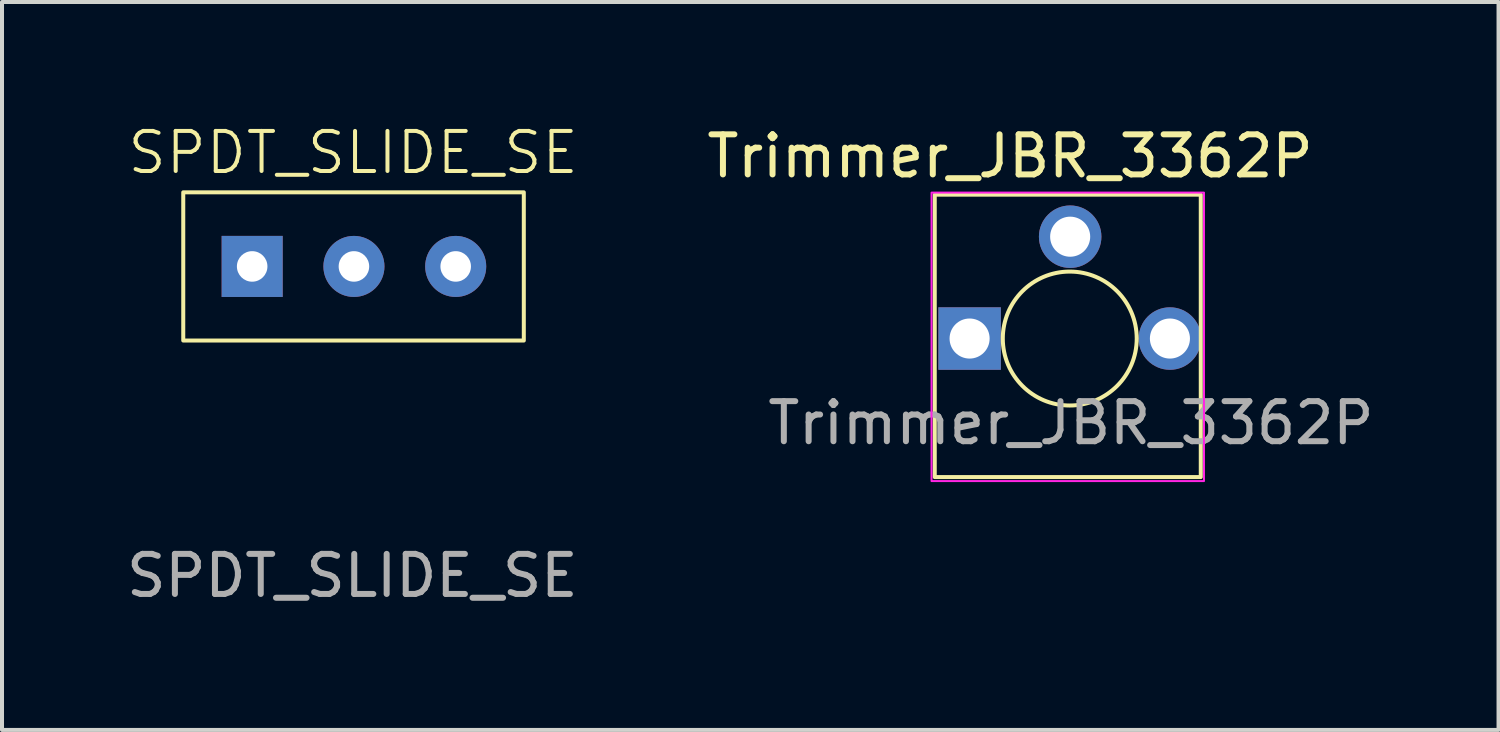
<source format=kicad_pcb>
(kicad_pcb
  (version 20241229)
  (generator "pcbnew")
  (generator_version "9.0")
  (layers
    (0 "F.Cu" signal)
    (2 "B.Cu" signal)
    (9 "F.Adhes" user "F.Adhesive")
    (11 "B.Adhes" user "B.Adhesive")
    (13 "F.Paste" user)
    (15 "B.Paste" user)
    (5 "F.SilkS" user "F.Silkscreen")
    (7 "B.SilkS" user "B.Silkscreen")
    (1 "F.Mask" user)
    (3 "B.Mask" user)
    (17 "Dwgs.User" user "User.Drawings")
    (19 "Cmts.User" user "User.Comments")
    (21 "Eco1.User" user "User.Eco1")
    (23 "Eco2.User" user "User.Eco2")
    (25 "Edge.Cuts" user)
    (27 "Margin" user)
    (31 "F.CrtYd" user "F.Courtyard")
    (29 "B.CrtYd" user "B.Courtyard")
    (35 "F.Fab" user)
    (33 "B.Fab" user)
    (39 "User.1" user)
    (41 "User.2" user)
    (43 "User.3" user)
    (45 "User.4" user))
  (footprint "Trimmer_JBR_3362P"
    (layer "F.Cu")
    (at 23.661 5.358)
    (property "Reference" "Trimmer_JBR_3362P" (at -1.5 -4.51 0) (layer "F.SilkS") (effects (font (size 1 1) (thickness 0.15))))
    (attr through_hole)
    (fp_rect (start -3.38 -3.55) (end 3.26 3.5) (stroke (width 0.1) (type default)) (fill no) (layer "F.SilkS"))
    (fp_circle (center -0.01 0.042) (end 1.27 -1.033) (stroke (width 0.1) (type default)) (fill no) (layer "F.SilkS"))
    (fp_rect (start -3.46 -3.6) (end 3.34 3.6) (stroke (width 0.05) (type solid)) (fill no) (layer "F.CrtYd"))
    (fp_text user "${REFERENCE}" (at 0.02 2.15 0) (layer "F.Fab") (effects (font (size 1 1) (thickness 0.15))))
    (pad "1" thru_hole rect (at -2.51 0.042) (size 1.56 1.56) (drill 1) (layers "*.Cu" "*.Mask"))
    (pad "2" thru_hole circle (at 0 -2.5) (size 1.56 1.56) (drill 1) (layers "*.Cu" "*.Mask"))
    (pad "3" thru_hole circle (at 2.49 0.042) (size 1.56 1.56) (drill 1) (layers "*.Cu" "*.Mask")))
  (footprint "SPDT_SLIDE_SE"
    (layer "F.Cu")
    (at 5.784 3.6)
    (property "Reference" "SPDT_SLIDE_SE" (at -0.02 -2.84 0) (unlocked yes) (layer "F.SilkS") (effects (font (size 1 1) (thickness 0.1))))
    (attr through_hole)
    (fp_rect (start -4.26 -1.85) (end 4.24 1.85) (stroke (width 0.1) (type default)) (fill no) (layer "F.SilkS"))
    (fp_text user "${REFERENCE}" (at -0.04 7.72 0) (unlocked yes) (layer "F.Fab") (effects (font (size 1 1) (thickness 0.15))))
    (pad "1" thru_hole rect (at -2.54 0) (size 1.524 1.524) (drill 0.762) (layers "*.Cu" "*.Mask"))
    (pad "2" thru_hole circle (at 0 0) (size 1.524 1.524) (drill 0.762) (layers "*.Cu" "*.Mask"))
    (pad "3" thru_hole circle (at 2.54 0) (size 1.524 1.524) (drill 0.762) (layers "*.Cu" "*.Mask")))
  (gr_rect
    (start -3 -3)
    (end 34.353 15.169)
    (stroke (width 0.1) (type default))
    (fill no)
    (layer "Edge.Cuts")))
</source>
